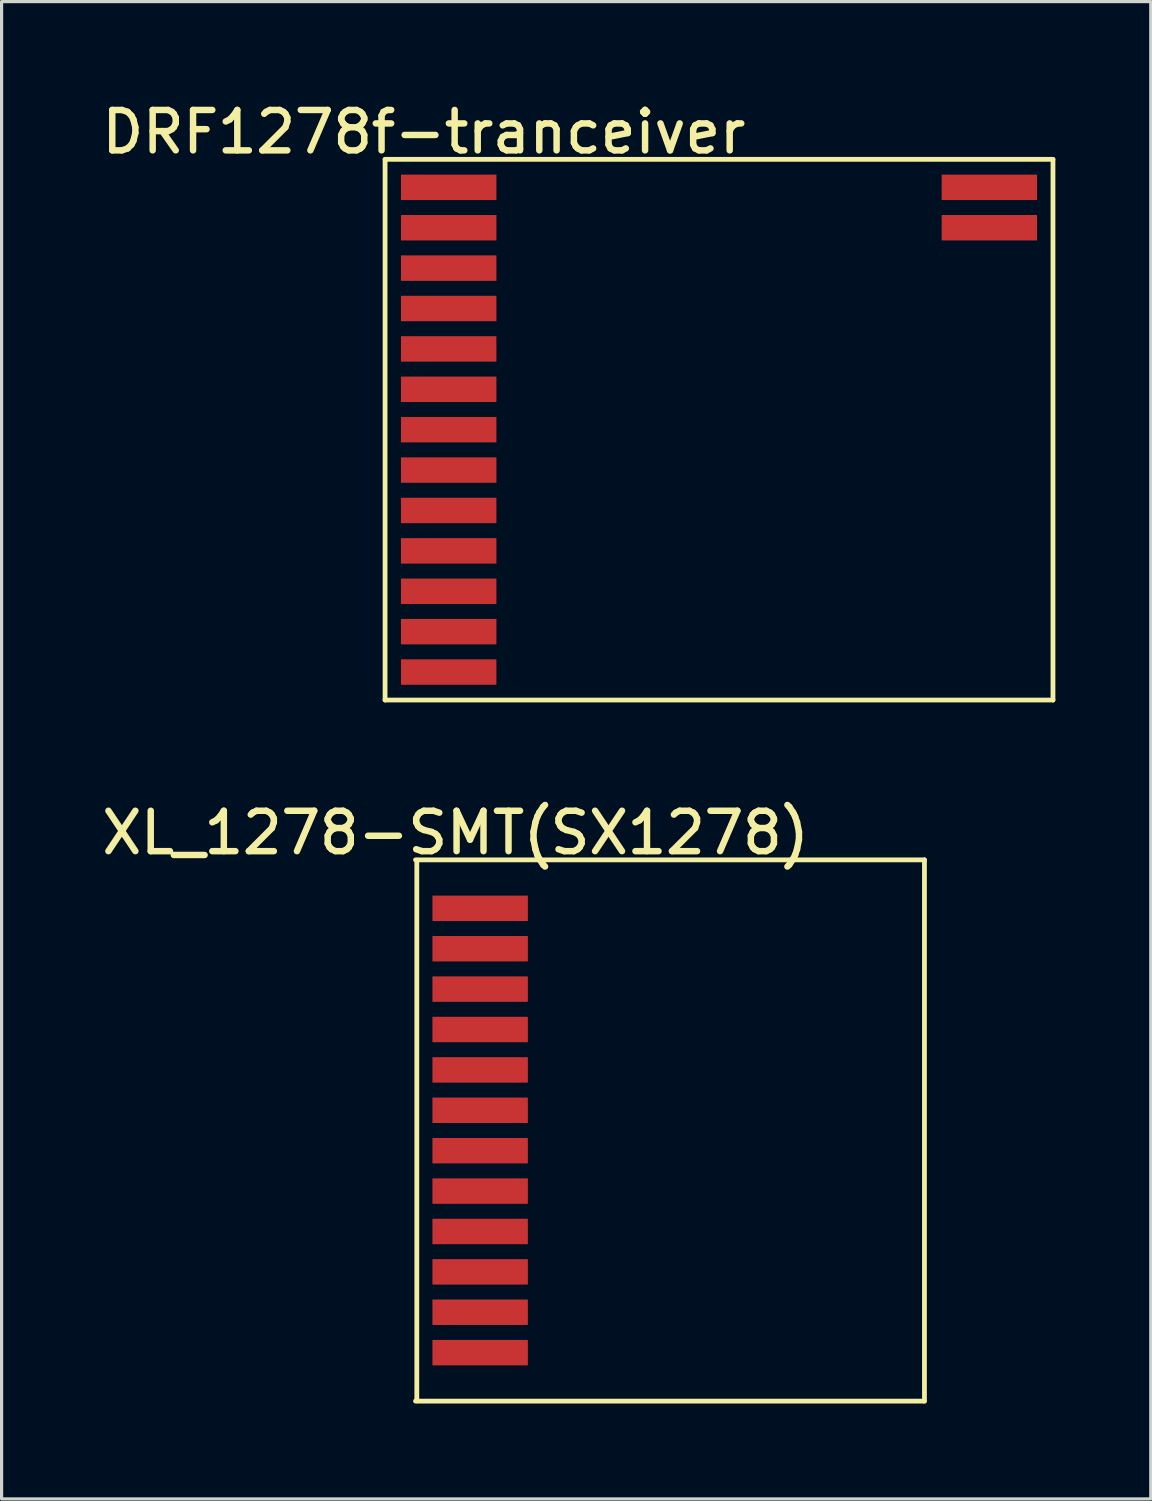
<source format=kicad_pcb>
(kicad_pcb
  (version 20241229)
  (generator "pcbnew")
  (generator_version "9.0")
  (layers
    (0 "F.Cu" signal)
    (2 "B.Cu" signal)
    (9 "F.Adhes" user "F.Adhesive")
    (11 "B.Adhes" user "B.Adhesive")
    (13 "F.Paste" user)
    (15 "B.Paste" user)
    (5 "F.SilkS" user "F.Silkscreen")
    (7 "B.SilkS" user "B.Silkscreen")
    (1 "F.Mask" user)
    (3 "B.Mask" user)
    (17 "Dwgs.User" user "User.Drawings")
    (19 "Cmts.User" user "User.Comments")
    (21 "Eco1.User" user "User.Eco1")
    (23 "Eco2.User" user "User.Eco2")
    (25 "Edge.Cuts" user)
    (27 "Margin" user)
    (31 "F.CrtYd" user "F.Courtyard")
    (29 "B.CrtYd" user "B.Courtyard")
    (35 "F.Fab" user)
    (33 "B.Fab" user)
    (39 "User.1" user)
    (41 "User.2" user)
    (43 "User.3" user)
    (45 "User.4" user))
  (footprint "DRF1278f-tranceiver"
    (layer "F.Cu")
    (at 19.557 10.46)
    (property "Reference" "DRF1278f-tranceiver" (at -9.28 -9.36 0) (layer "F.SilkS") (effects (font (size 1.27 1.27) (thickness 0.203))))
    (attr through_hole)
    (fp_line (start -10.5 -8.5) (end 10.5 -8.5) (stroke (width 0.15) (type solid)) (layer "F.SilkS"))
    (fp_line (start -10.5 8.5) (end -10.5 -8.5) (stroke (width 0.15) (type solid)) (layer "F.SilkS"))
    (fp_line (start 10.5 -8.5) (end 10.5 8.5) (stroke (width 0.15) (type solid)) (layer "F.SilkS"))
    (fp_line (start 10.5 8.5) (end -10.5 8.5) (stroke (width 0.15) (type solid)) (layer "F.SilkS"))
    (pad "1" smd rect (at -8.5 -7.62) (size 3 0.8) (layers "F.Cu" "F.Mask" "F.Paste"))
    (pad "2" smd rect (at -8.5 -6.35) (size 3 0.8) (layers "F.Cu" "F.Mask" "F.Paste"))
    (pad "3" smd rect (at -8.5 -5.08) (size 3 0.8) (layers "F.Cu" "F.Mask" "F.Paste"))
    (pad "4" smd rect (at -8.5 -3.81) (size 3 0.8) (layers "F.Cu" "F.Mask" "F.Paste"))
    (pad "5" smd rect (at -8.5 -2.54) (size 3 0.8) (layers "F.Cu" "F.Mask" "F.Paste"))
    (pad "6" smd rect (at -8.5 -1.27) (size 3 0.8) (layers "F.Cu" "F.Mask" "F.Paste"))
    (pad "7" smd rect (at -8.5 0) (size 3 0.8) (layers "F.Cu" "F.Mask" "F.Paste"))
    (pad "8" smd rect (at -8.5 1.27) (size 3 0.8) (layers "F.Cu" "F.Mask" "F.Paste"))
    (pad "9" smd rect (at -8.5 2.54) (size 3 0.8) (layers "F.Cu" "F.Mask" "F.Paste"))
    (pad "10" smd rect (at -8.5 3.81) (size 3 0.8) (layers "F.Cu" "F.Mask" "F.Paste"))
    (pad "11" smd rect (at -8.5 5.08) (size 3 0.8) (layers "F.Cu" "F.Mask" "F.Paste"))
    (pad "12" smd rect (at -8.5 6.35) (size 3 0.8) (layers "F.Cu" "F.Mask" "F.Paste"))
    (pad "13" smd rect (at -8.5 7.62) (size 3 0.8) (layers "F.Cu" "F.Mask" "F.Paste"))
    (pad "14" smd rect (at 8.5 -6.35) (size 3 0.8) (layers "F.Cu" "F.Mask" "F.Paste"))
    (pad "15" smd rect (at 8.5 -7.62) (size 3 0.8) (layers "F.Cu" "F.Mask" "F.Paste")))
  (footprint "XL_1278-SMT(SX1278)"
    (layer "F.Cu")
    (at 20.555 32.494)
    (property "Reference" "XL_1278-SMT(SX1278)" (at -9.28 -9.36 0) (layer "F.SilkS") (effects (font (size 1.27 1.27) (thickness 0.203))))
    (attr through_hole)
    (fp_line (start -10.541 8.509) (end 5.461 8.509) (stroke (width 0.15) (type solid)) (layer "F.SilkS"))
    (fp_line (start -10.5 8.5) (end -10.5 -8.5) (stroke (width 0.15) (type solid)) (layer "F.SilkS"))
    (fp_line (start 5.461 -8.509) (end -10.541 -8.509) (stroke (width 0.15) (type solid)) (layer "F.SilkS"))
    (fp_line (start 5.461 8.509) (end 5.461 -8.509) (stroke (width 0.15) (type solid)) (layer "F.SilkS"))
    (pad "1" smd rect (at -8.509 -6.985) (size 3 0.8) (layers "F.Cu" "F.Mask" "F.Paste"))
    (pad "2" smd rect (at -8.509 -5.715) (size 3 0.8) (layers "F.Cu" "F.Mask" "F.Paste"))
    (pad "3" smd rect (at -8.509 -4.445) (size 3 0.8) (layers "F.Cu" "F.Mask" "F.Paste"))
    (pad "4" smd rect (at -8.509 -3.175) (size 3 0.8) (layers "F.Cu" "F.Mask" "F.Paste"))
    (pad "5" smd rect (at -8.509 -1.905) (size 3 0.8) (layers "F.Cu" "F.Mask" "F.Paste"))
    (pad "6" smd rect (at -8.509 -0.635) (size 3 0.8) (layers "F.Cu" "F.Mask" "F.Paste"))
    (pad "7" smd rect (at -8.509 0.635) (size 3 0.8) (layers "F.Cu" "F.Mask" "F.Paste"))
    (pad "8" smd rect (at -8.509 1.905) (size 3 0.8) (layers "F.Cu" "F.Mask" "F.Paste"))
    (pad "9" smd rect (at -8.509 3.175) (size 3 0.8) (layers "F.Cu" "F.Mask" "F.Paste"))
    (pad "10" smd rect (at -8.509 4.445) (size 3 0.8) (layers "F.Cu" "F.Mask" "F.Paste"))
    (pad "11" smd rect (at -8.509 5.715) (size 3 0.8) (layers "F.Cu" "F.Mask" "F.Paste"))
    (pad "12" smd rect (at -8.509 6.985) (size 3 0.8) (layers "F.Cu" "F.Mask" "F.Paste")))
  (gr_rect
    (start -3 -3)
    (end 33.132 44.078)
    (stroke (width 0.1) (type default))
    (fill no)
    (layer "Edge.Cuts")))
</source>
